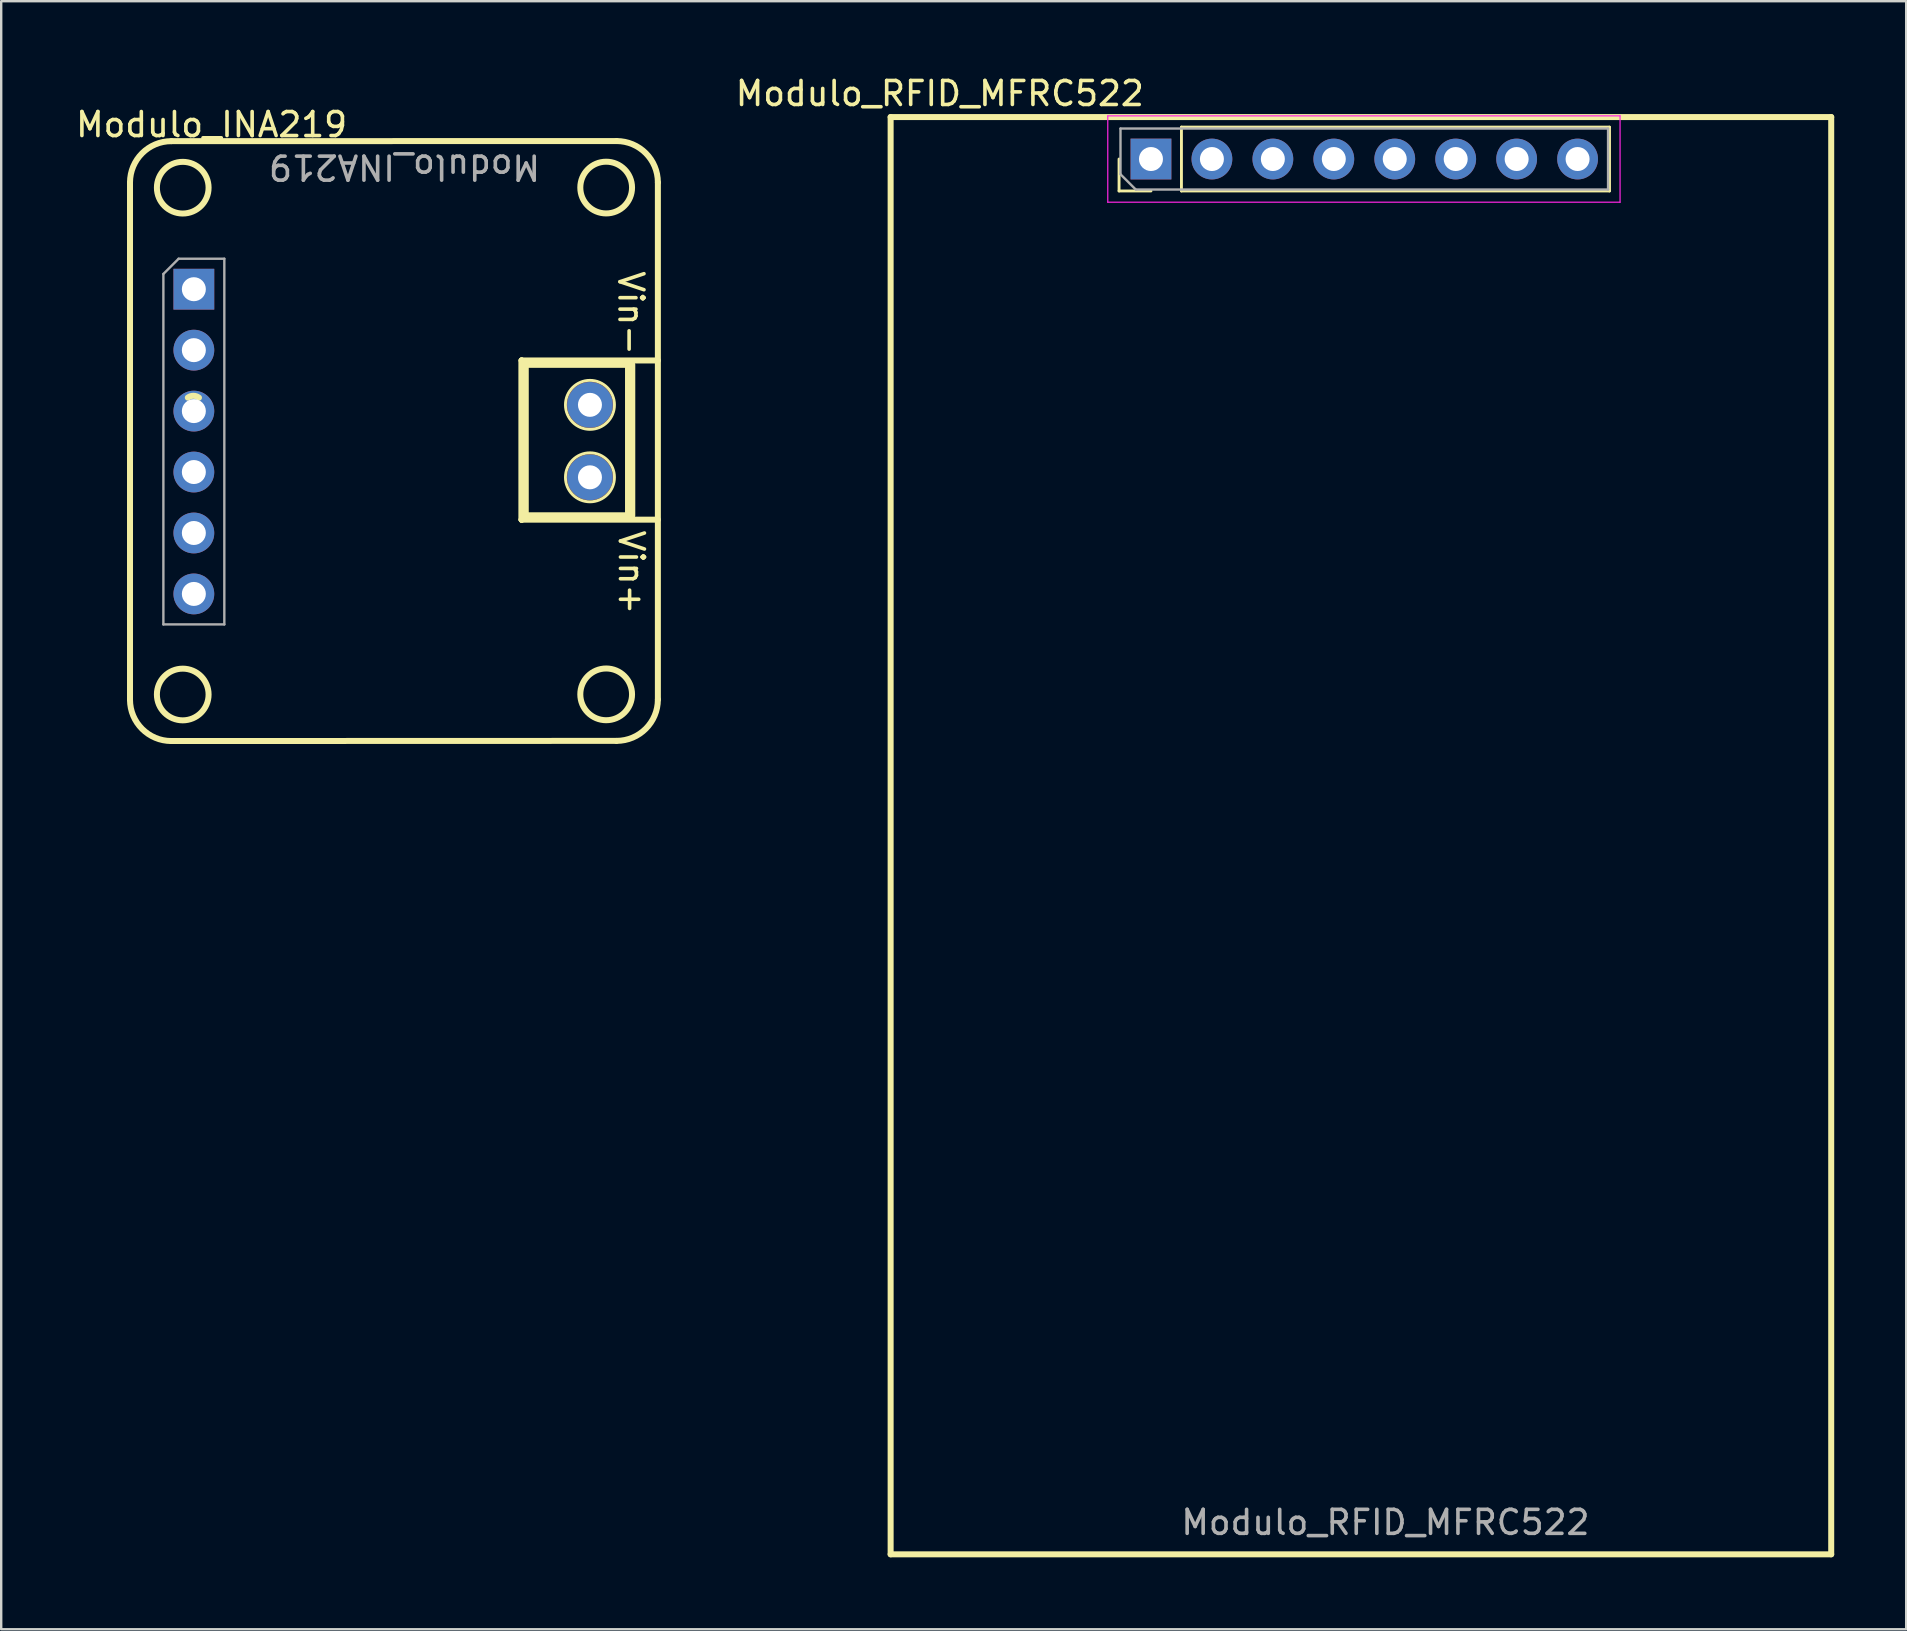
<source format=kicad_pcb>
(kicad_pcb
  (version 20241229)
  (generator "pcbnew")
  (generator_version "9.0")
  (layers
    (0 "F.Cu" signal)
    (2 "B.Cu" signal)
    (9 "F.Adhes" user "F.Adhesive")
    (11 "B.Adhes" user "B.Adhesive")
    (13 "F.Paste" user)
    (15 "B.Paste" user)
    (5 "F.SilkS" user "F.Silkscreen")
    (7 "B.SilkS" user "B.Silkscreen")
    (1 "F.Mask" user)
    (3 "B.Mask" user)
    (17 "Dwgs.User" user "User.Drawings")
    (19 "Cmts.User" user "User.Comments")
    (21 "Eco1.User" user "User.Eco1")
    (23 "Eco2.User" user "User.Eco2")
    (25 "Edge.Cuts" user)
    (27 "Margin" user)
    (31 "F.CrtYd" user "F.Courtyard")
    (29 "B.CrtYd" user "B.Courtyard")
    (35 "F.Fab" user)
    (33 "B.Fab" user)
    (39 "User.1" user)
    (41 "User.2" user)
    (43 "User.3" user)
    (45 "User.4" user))
  (footprint "Modulo_RFID_MFRC522"
    (layer "F.Cu")
    (at 33.648 1.118)
    (property "Reference" "Modulo_RFID_MFRC522" (at 2.47 -0.27 0) (unlocked yes) (layer "F.SilkS") (effects (font (size 1 1) (thickness 0.15))))
    (attr through_hole)
    (fp_line (start 0.42 0.71) (end 0.42 60.61) (stroke (width 0.25) (type default)) (layer "F.SilkS"))
    (fp_line (start 0.42 60.61) (end 39.62 60.61) (stroke (width 0.25) (type default)) (layer "F.SilkS"))
    (fp_line (start 9.94 3.79) (end 9.94 2.46) (stroke (width 0.12) (type solid)) (layer "F.SilkS"))
    (fp_line (start 11.27 3.79) (end 9.94 3.79) (stroke (width 0.12) (type solid)) (layer "F.SilkS"))
    (fp_line (start 12.54 1.13) (end 30.38 1.13) (stroke (width 0.12) (type solid)) (layer "F.SilkS"))
    (fp_line (start 12.54 3.79) (end 12.54 1.13) (stroke (width 0.12) (type solid)) (layer "F.SilkS"))
    (fp_line (start 12.54 3.79) (end 30.38 3.79) (stroke (width 0.12) (type solid)) (layer "F.SilkS"))
    (fp_line (start 30.38 3.79) (end 30.38 1.13) (stroke (width 0.12) (type solid)) (layer "F.SilkS"))
    (fp_line (start 39.62 0.71) (end 0.42 0.71) (stroke (width 0.25) (type default)) (layer "F.SilkS"))
    (fp_line (start 39.62 60.61) (end 39.62 0.71) (stroke (width 0.25) (type default)) (layer "F.SilkS"))
    (fp_line (start 9.47 0.66) (end 9.47 4.26) (stroke (width 0.05) (type solid)) (layer "F.CrtYd"))
    (fp_line (start 9.47 4.26) (end 30.82 4.26) (stroke (width 0.05) (type solid)) (layer "F.CrtYd"))
    (fp_line (start 30.82 0.66) (end 9.47 0.66) (stroke (width 0.05) (type solid)) (layer "F.CrtYd"))
    (fp_line (start 30.82 4.26) (end 30.82 0.66) (stroke (width 0.05) (type solid)) (layer "F.CrtYd"))
    (fp_line (start 10 1.19) (end 30.32 1.19) (stroke (width 0.1) (type solid)) (layer "F.Fab"))
    (fp_line (start 10 3.095) (end 10 1.19) (stroke (width 0.1) (type solid)) (layer "F.Fab"))
    (fp_line (start 10.635 3.73) (end 10 3.095) (stroke (width 0.1) (type solid)) (layer "F.Fab"))
    (fp_line (start 30.32 1.19) (end 30.32 3.73) (stroke (width 0.1) (type solid)) (layer "F.Fab"))
    (fp_line (start 30.32 3.73) (end 10.635 3.73) (stroke (width 0.1) (type solid)) (layer "F.Fab"))
    (fp_text user "${REFERENCE}" (at 21.04 59.28 0) (unlocked yes) (layer "F.Fab") (effects (font (size 1 1) (thickness 0.15))))
    (pad "1" thru_hole rect (at 11.27 2.46 90) (size 1.7 1.7) (drill 1) (layers "*.Cu" "*.Mask"))
    (pad "2" thru_hole oval (at 13.81 2.46 90) (size 1.7 1.7) (drill 1) (layers "*.Cu" "*.Mask"))
    (pad "3" thru_hole oval (at 16.35 2.46 90) (size 1.7 1.7) (drill 1) (layers "*.Cu" "*.Mask"))
    (pad "4" thru_hole oval (at 18.89 2.46 90) (size 1.7 1.7) (drill 1) (layers "*.Cu" "*.Mask"))
    (pad "5" thru_hole oval (at 21.43 2.46 90) (size 1.7 1.7) (drill 1) (layers "*.Cu" "*.Mask"))
    (pad "6" thru_hole oval (at 23.97 2.46 90) (size 1.7 1.7) (drill 1) (layers "*.Cu" "*.Mask"))
    (pad "7" thru_hole oval (at 26.51 2.46 90) (size 1.7 1.7) (drill 1) (layers "*.Cu" "*.Mask"))
    (pad "8" thru_hole oval (at 29.05 2.46 90) (size 1.7 1.7) (drill 1) (layers "*.Cu" "*.Mask")))
  (footprint "Modulo_INA219"
    (layer "F.Cu")
    (at 0.968 0.25)
    (property "Reference" "Modulo_INA219" (at 4.8 1.893 0) (unlocked yes) (layer "F.SilkS") (effects (font (size 1 1) (thickness 0.15))))
    (attr through_hole)
    (fp_line (start 1.4 4.307) (end 1.4 25.859) (stroke (width 0.25) (type default)) (layer "F.SilkS"))
    (fp_line (start 3.124 2.583) (end 21.676 2.578) (stroke (width 0.25) (type default)) (layer "F.SilkS"))
    (fp_line (start 17.721 11.722) (end 17.721 18.358) (stroke (width 0.25) (type default)) (layer "F.SilkS"))
    (fp_line (start 17.722 11.722) (end 17.721 11.722) (stroke (width 0.25) (type default)) (layer "F.SilkS"))
    (fp_line (start 17.722 11.722) (end 17.722 18.358) (stroke (width 0.25) (type default)) (layer "F.SilkS"))
    (fp_line (start 17.722 18.358) (end 17.721 18.358) (stroke (width 0.25) (type default)) (layer "F.SilkS"))
    (fp_line (start 17.722 18.358) (end 23.4 18.358) (stroke (width 0.25) (type default)) (layer "F.SilkS"))
    (fp_line (start 17.894 11.894) (end 17.894 18.186) (stroke (width 0.25) (type default)) (layer "F.SilkS"))
    (fp_line (start 17.894 18.186) (end 17.722 18.358) (stroke (width 0.25) (type default)) (layer "F.SilkS"))
    (fp_line (start 17.894 18.186) (end 22.16 18.186) (stroke (width 0.25) (type default)) (layer "F.SilkS"))
    (fp_line (start 17.894 18.186) (end 22.161 18.186) (stroke (width 0.25) (type default)) (layer "F.SilkS"))
    (fp_line (start 21.676 27.577) (end 3.124 27.583) (stroke (width 0.25) (type default)) (layer "F.SilkS"))
    (fp_line (start 22.16 11.894) (end 17.894 11.894) (stroke (width 0.25) (type default)) (layer "F.SilkS"))
    (fp_line (start 22.16 11.894) (end 17.894 11.894) (stroke (width 0.25) (type default)) (layer "F.SilkS"))
    (fp_line (start 22.16 18.186) (end 22.16 11.894) (stroke (width 0.25) (type default)) (layer "F.SilkS"))
    (fp_line (start 22.161 18.186) (end 22.161 11.894) (stroke (width 0.25) (type default)) (layer "F.SilkS"))
    (fp_line (start 22.333 18.186) (end 22.333 11.894) (stroke (width 0.25) (type default)) (layer "F.SilkS"))
    (fp_line (start 23.4 4.302) (end 23.4 25.853) (stroke (width 0.25) (type default)) (layer "F.SilkS"))
    (fp_line (start 23.4 11.723) (end 17.722 11.722) (stroke (width 0.25) (type default)) (layer "F.SilkS"))
    (fp_arc (start 1.4 4.306894) (mid 1.904886 3.087991) (end 3.123789 2.583105) (stroke (width 0.25) (type default)) (layer "F.SilkS"))
    (fp_arc (start 3.12379 27.583105) (mid 1.904885 27.078221) (end 1.4 25.859316) (stroke (width 0.25) (type default)) (layer "F.SilkS"))
    (fp_arc (start 3.809293 13.271379) (mid 4.042038 13.195133) (end 4.274062 13.273541) (stroke (width 0.25) (type default)) (layer "F.SilkS"))
    (fp_arc (start 21.676211 2.578207) (mid 22.895102 3.083105) (end 23.4 4.301996) (stroke (width 0.25) (type default)) (layer "F.SilkS"))
    (fp_arc (start 23.4 25.853105) (mid 22.895116 27.07201) (end 21.67621 27.576894) (stroke (width 0.25) (type default)) (layer "F.SilkS"))
    (fp_circle (center 3.598 4.522) (end 4.675 4.522) (stroke (width 0.25) (type default)) (fill no) (layer "F.SilkS"))
    (fp_circle (center 3.598 25.644) (end 4.675 25.644) (stroke (width 0.25) (type default)) (fill no) (layer "F.SilkS"))
    (fp_circle (center 20.569 13.573) (end 21.59 13.573) (stroke (width 0.12) (type default)) (fill no) (layer "F.SilkS"))
    (fp_circle (center 20.569 16.593) (end 21.59 16.593) (stroke (width 0.12) (type default)) (fill no) (layer "F.SilkS"))
    (fp_circle (center 21.245 4.517) (end 22.323 4.517) (stroke (width 0.25) (type default)) (fill no) (layer "F.SilkS"))
    (fp_circle (center 21.245 25.638) (end 22.323 25.638) (stroke (width 0.25) (type default)) (fill no) (layer "F.SilkS"))
    (fp_line (start 2.791 8.118) (end 3.426 7.483) (stroke (width 0.1) (type solid)) (layer "F.Fab"))
    (fp_line (start 2.791 22.723) (end 2.791 8.118) (stroke (width 0.1) (type solid)) (layer "F.Fab"))
    (fp_line (start 3.426 7.483) (end 5.331 7.483) (stroke (width 0.1) (type solid)) (layer "F.Fab"))
    (fp_line (start 5.331 7.483) (end 5.331 22.723) (stroke (width 0.1) (type solid)) (layer "F.Fab"))
    (fp_line (start 5.331 22.723) (end 2.791 22.723) (stroke (width 0.1) (type solid)) (layer "F.Fab"))
    (fp_text user "Vin+" (at 21.71 18.72 270) (unlocked yes) (layer "F.SilkS") (effects (font (size 1 1) (thickness 0.15)) (justify left bottom)))
    (fp_text user "Vin-" (at 21.69 7.913 270) (unlocked yes) (layer "F.SilkS") (effects (font (size 1 1) (thickness 0.15)) (justify left bottom)))
    (fp_text user "${REFERENCE}" (at 12.84 3.663 180) (unlocked yes) (layer "F.Fab") (effects (font (size 1 1) (thickness 0.15))))
    (pad "1" thru_hole rect (at 4.061 8.753) (size 1.7 1.7) (drill 1) (layers "*.Cu" "*.Mask"))
    (pad "2" thru_hole oval (at 4.061 11.293) (size 1.7 1.7) (drill 1) (layers "*.Cu" "*.Mask"))
    (pad "3" thru_hole oval (at 4.061 13.833) (size 1.7 1.7) (drill 1) (layers "*.Cu" "*.Mask"))
    (pad "4" thru_hole oval (at 4.061 16.373) (size 1.7 1.7) (drill 1) (layers "*.Cu" "*.Mask"))
    (pad "5" thru_hole oval (at 4.061 18.913) (size 1.7 1.7) (drill 1) (layers "*.Cu" "*.Mask"))
    (pad "6" thru_hole oval (at 4.061 21.453) (size 1.7 1.7) (drill 1) (layers "*.Cu" "*.Mask"))
    (pad "7" thru_hole oval (at 20.569 16.593) (size 1.905 1.905) (drill 1) (layers "*.Cu" "*.Mask"))
    (pad "8" thru_hole oval (at 20.569 13.573) (size 1.905 1.905) (drill 1) (layers "*.Cu" "*.Mask")))
  (gr_rect
    (start -3 -3)
    (end 76.393 64.853)
    (stroke (width 0.1) (type default))
    (fill no)
    (layer "Edge.Cuts")))
</source>
